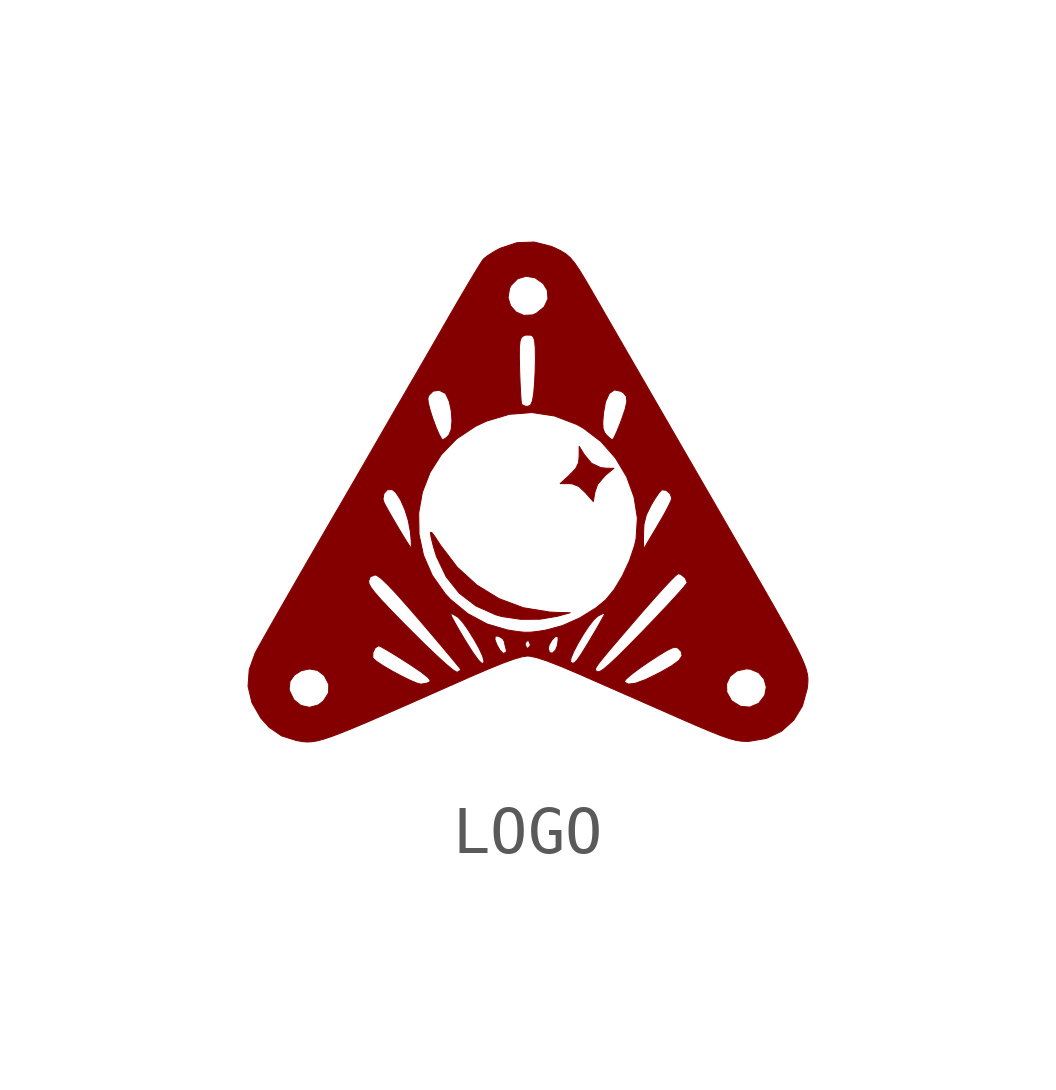
<source format=kicad_sym>
(kicad_symbol_lib
  (version 20211014)
  (generator kicad_symbol_editor)
  (symbol "LOGO"
    (pin_names
      (offset 1.016))
    (property "Reference" "#G"
      (at 0 6.867 0)
      (effects (font (size 1.27 1.27)) hide))
    (symbol "LOGO_0_0"
      (polyline (pts (xy 1.346 0.572) (xy 1.401 0.732) (xy 1.56 0.919) (xy 1.742 1.069) (xy 1.591 1.07) (xy 1.463 1.084) (xy 1.276 1.173) (xy 1.123 1.357) (xy 1.018 1.527) (xy 1.018 1.32) (xy 1.005 1.185) (xy 0.947 1.065) (xy 0.82 0.932) (xy 0.622 0.75) (xy 0.801 0.75) (xy 0.874 0.745) (xy 1.008 0.692) (xy 1.146 0.563) (xy 1.313 0.376) (xy 1.346 0.572)) (stroke (width 0.01) (type default) (color 0 0 0 0)) (fill (type outline)))
      (polyline (pts (xy 0.199 -2.074) (xy 0.563 -2.013) (xy 0.831 -1.939) (xy 0.563 -1.933) (xy 0.403 -1.925) (xy -0.144 -1.835) (xy -0.651 -1.646) (xy -1.112 -1.363) (xy -1.521 -0.991) (xy -1.871 -0.531) (xy -1.984 -0.357) (xy -2.054 -0.266) (xy -2.08 -0.269) (xy -2.066 -0.367) (xy -2.017 -0.563) (xy -1.953 -0.769) (xy -1.752 -1.19) (xy -1.478 -1.534) (xy -1.131 -1.799) (xy -0.714 -1.984) (xy -0.587 -2.019) (xy -0.202 -2.076) (xy 0.199 -2.074)) (stroke (width 0.01) (type default) (color 0 0 0 0)) (fill (type outline)))
      (polyline (pts (xy -4.552 -4.626) (xy -4.445 -4.609) (xy -4.314 -4.575) (xy -4.152 -4.522) (xy -3.95 -4.446) (xy -3.7 -4.345) (xy -3.393 -4.216) (xy -3.022 -4.055) (xy -2.577 -3.861) (xy -2.051 -3.628) (xy -1.435 -3.356) (xy -1.283 -3.288) (xy -0.887 -3.118) (xy -0.576 -2.991) (xy -0.339 -2.905) (xy -0.169 -2.856) (xy -0.057 -2.84) (xy -0.025 -2.842) (xy 0.131 -2.873) (xy 0.358 -2.948) (xy 0.399 -2.964) (xy 0.839 -2.964) (xy 0.847 -2.889) (xy 0.903 -2.753) (xy 0.992 -2.582) (xy 1.1 -2.399) (xy 1.213 -2.227) (xy 1.318 -2.091) (xy 1.401 -2.014) (xy 1.417 -2.004) (xy 1.514 -1.956) (xy 1.554 -1.953) (xy 1.535 -1.995) (xy 1.471 -2.112) (xy 1.372 -2.285) (xy 1.249 -2.492) (xy 1.191 -2.589) (xy 1.067 -2.79) (xy 0.981 -2.916) (xy 0.922 -2.979) (xy 0.879 -2.992) (xy 0.842 -2.967) (xy 0.839 -2.964) (xy 0.399 -2.964) (xy 0.664 -3.067) (xy 0.788 -3.12) (xy 1.355 -3.12) (xy 1.368 -3.082) (xy 1.409 -3.018) (xy 1.485 -2.92) (xy 1.602 -2.778) (xy 1.768 -2.582) (xy 1.99 -2.324) (xy 2.274 -1.993) (xy 2.354 -1.901) (xy 2.572 -1.653) (xy 2.764 -1.44) (xy 2.92 -1.273) (xy 3.03 -1.164) (xy 3.081 -1.125) (xy 3.136 -1.141) (xy 3.227 -1.216) (xy 3.268 -1.31) (xy 3.251 -1.338) (xy 3.17 -1.437) (xy 3.031 -1.592) (xy 2.845 -1.794) (xy 2.621 -2.031) (xy 2.371 -2.292) (xy 2.351 -2.313) (xy 2.054 -2.616) (xy 1.822 -2.847) (xy 1.647 -3.011) (xy 1.523 -3.115) (xy 1.443 -3.166) (xy 1.399 -3.168) (xy 1.384 -3.159) (xy 1.363 -3.143) (xy 1.355 -3.12) (xy 0.788 -3.12) (xy 1.057 -3.235) (xy 1.071 -3.241) (xy 1.379 -3.377) (xy 1.957 -3.377) (xy 1.988 -3.328) (xy 2.094 -3.234) (xy 2.257 -3.11) (xy 2.462 -2.968) (xy 2.678 -2.827) (xy 2.847 -2.725) (xy 2.959 -2.671) (xy 3.032 -2.658) (xy 3.08 -2.678) (xy 3.146 -2.75) (xy 3.161 -2.837) (xy 3.096 -2.932) (xy 2.945 -3.044) (xy 2.7 -3.184) (xy 2.403 -3.33) (xy 2.184 -3.41) (xy 2.105 -3.418) (xy 4.088 -3.418) (xy 4.162 -3.263) (xy 4.304 -3.151) (xy 4.501 -3.108) (xy 4.579 -3.114) (xy 4.754 -3.187) (xy 4.869 -3.32) (xy 4.915 -3.487) (xy 4.883 -3.661) (xy 4.763 -3.818) (xy 4.749 -3.829) (xy 4.57 -3.905) (xy 4.377 -3.888) (xy 4.204 -3.78) (xy 4.187 -3.762) (xy 4.093 -3.593) (xy 4.088 -3.418) (xy 2.105 -3.418) (xy 2.037 -3.425) (xy 1.957 -3.378) (xy 1.957 -3.377) (xy 1.379 -3.377) (xy 1.412 -3.391) (xy 1.817 -3.569) (xy 2.252 -3.76) (xy 2.684 -3.95) (xy 3.081 -4.125) (xy 3.444 -4.283) (xy 3.738 -4.407) (xy 3.966 -4.498) (xy 4.141 -4.559) (xy 4.278 -4.596) (xy 4.394 -4.614) (xy 4.503 -4.619) (xy 4.554 -4.618) (xy 4.918 -4.557) (xy 5.232 -4.407) (xy 5.487 -4.178) (xy 5.669 -3.88) (xy 5.767 -3.523) (xy 5.772 -3.488) (xy 5.781 -3.401) (xy 5.783 -3.317) (xy 5.774 -3.228) (xy 5.749 -3.125) (xy 5.705 -3.001) (xy 5.638 -2.848) (xy 5.545 -2.658) (xy 5.421 -2.423) (xy 5.262 -2.135) (xy 5.065 -1.786) (xy 4.826 -1.369) (xy 4.54 -0.874) (xy 4.205 -0.295) (xy 3.86 0.303) (xy 3.3 1.271) (xy 2.696 2.317) (xy 2.044 3.445) (xy 1.342 4.662) (xy 1.336 4.673) (xy 1.164 4.969) (xy 1.031 5.188) (xy 0.925 5.345) (xy 0.833 5.455) (xy 0.742 5.534) (xy 0.638 5.597) (xy 0.509 5.66) (xy 0.442 5.69) (xy 0.084 5.781) (xy -0.277 5.768) (xy -0.625 5.652) (xy -0.735 5.594) (xy -0.885 5.5) (xy -0.978 5.425) (xy -0.994 5.403) (xy -1.065 5.294) (xy -1.175 5.113) (xy -1.317 4.875) (xy -1.464 4.625) (xy -0.463 4.625) (xy -0.431 4.818) (xy -0.398 4.882) (xy -0.263 5.016) (xy -0.089 5.069) (xy 0.098 5.037) (xy 0.27 4.916) (xy 0.355 4.775) (xy 0.368 4.598) (xy 0.289 4.43) (xy 0.124 4.296) (xy 0.045 4.263) (xy -0.137 4.254) (xy -0.296 4.324) (xy -0.411 4.454) (xy -0.463 4.625) (xy -1.464 4.625) (xy -1.482 4.595) (xy -1.66 4.287) (xy -1.717 4.189) (xy -1.905 3.861) (xy -2.085 3.549) (xy -2.169 3.404) (xy -0.228 3.404) (xy -0.226 3.593) (xy -0.214 3.713) (xy -0.191 3.782) (xy -0.155 3.82) (xy -0.097 3.844) (xy 0.019 3.842) (xy 0.061 3.81) (xy 0.089 3.733) (xy 0.103 3.591) (xy 0.107 3.364) (xy 0.107 3.341) (xy 0.101 3.085) (xy 0.089 2.834) (xy 0.072 2.639) (xy 0.072 2.632) (xy 0.043 2.465) (xy 0.003 2.381) (xy -0.058 2.358) (xy -0.111 2.364) (xy -0.178 2.398) (xy -0.179 2.399) (xy -0.19 2.471) (xy -0.201 2.627) (xy -0.212 2.844) (xy -0.222 3.101) (xy -0.222 3.128) (xy -0.228 3.404) (xy -2.169 3.404) (xy -2.246 3.27) (xy -2.376 3.045) (xy -2.465 2.894) (xy -2.533 2.777) (xy -2.659 2.558) (xy -2.679 2.524) (xy -2.134 2.524) (xy -2.115 2.584) (xy -2.025 2.675) (xy -1.898 2.695) (xy -1.776 2.633) (xy -1.754 2.607) (xy -1.688 2.462) (xy -1.646 2.267) (xy -1.631 2.06) (xy -1.647 1.878) (xy -1.696 1.759) (xy -1.762 1.697) (xy -1.822 1.661) (xy -1.842 1.676) (xy -1.895 1.768) (xy -1.96 1.918) (xy -2.027 2.098) (xy -2.085 2.278) (xy -2.124 2.43) (xy -2.134 2.524) (xy -2.679 2.524) (xy -2.816 2.289) (xy -2.988 1.991) (xy -3.163 1.688) (xy -3.295 1.458) (xy -3.469 1.157) (xy -3.63 0.878) (xy -3.765 0.645) (xy -3.86 0.482) (xy -3.891 0.427) (xy -3.068 0.427) (xy -3.048 0.543) (xy -2.978 0.622) (xy -2.877 0.627) (xy -2.8 0.565) (xy -2.703 0.415) (xy -2.613 0.211) (xy -2.589 0.137) (xy -2.324 0.137) (xy -2.247 0.57) (xy -2.088 0.981) (xy -1.85 1.357) (xy -1.533 1.682) (xy -1.141 1.944) (xy -0.912 2.051) (xy -0.438 2.193) (xy 0.035 2.23) (xy 0.504 2.159) (xy 0.865 2.021) (xy 1.509 2.021) (xy 1.525 2.222) (xy 1.567 2.455) (xy 1.645 2.627) (xy 1.752 2.701) (xy 1.887 2.673) (xy 1.94 2.64) (xy 1.999 2.568) (xy 2.011 2.462) (xy 1.976 2.302) (xy 1.895 2.066) (xy 1.873 2.008) (xy 1.801 1.831) (xy 1.744 1.708) (xy 1.711 1.661) (xy 1.665 1.688) (xy 1.583 1.766) (xy 1.55 1.808) (xy 1.516 1.893) (xy 1.509 2.021) (xy 0.865 2.021) (xy 0.965 1.983) (xy 1.108 1.903) (xy 1.47 1.627) (xy 1.772 1.285) (xy 2.006 0.893) (xy 2.161 0.47) (xy 2.23 0.032) (xy 2.203 -0.402) (xy 2.171 -0.541) (xy 2.146 -0.616) (xy 2.358 -0.616) (xy 2.358 -0.294) (xy 2.368 -0.098) (xy 2.416 0.096) (xy 2.518 0.304) (xy 2.592 0.428) (xy 2.678 0.554) (xy 2.734 0.617) (xy 2.741 0.621) (xy 2.827 0.612) (xy 2.91 0.543) (xy 2.947 0.448) (xy 2.932 0.398) (xy 2.871 0.269) (xy 2.774 0.088) (xy 2.652 -0.121) (xy 2.358 -0.616) (xy 2.146 -0.616) (xy 2.064 -0.858) (xy 1.916 -1.175) (xy 1.746 -1.458) (xy 1.571 -1.67) (xy 1.365 -1.84) (xy 1.03 -2.047) (xy 0.668 -2.208) (xy 0.322 -2.301) (xy 0.171 -2.325) (xy 0.012 -2.344) (xy -0.118 -2.346) (xy -0.265 -2.331) (xy -0.472 -2.298) (xy -0.483 -2.296) (xy -0.901 -2.173) (xy -1.302 -1.957) (xy -1.662 -1.662) (xy -1.771 -1.544) (xy -2.042 -1.16) (xy -2.224 -0.742) (xy -2.317 -0.306) (xy -2.324 0.137) (xy -2.589 0.137) (xy -2.54 -0.022) (xy -2.497 -0.255) (xy -2.482 -0.414) (xy -2.476 -0.541) (xy -2.482 -0.589) (xy -2.502 -0.566) (xy -2.565 -0.469) (xy -2.658 -0.319) (xy -2.766 -0.139) (xy -2.876 0.049) (xy -2.974 0.221) (xy -3.046 0.354) (xy -3.068 0.427) (xy -3.891 0.427) (xy -4.074 0.114) (xy -4.325 -0.319) (xy -4.575 -0.751) (xy -4.816 -1.169) (xy -4.879 -1.278) (xy -3.367 -1.278) (xy -3.333 -1.189) (xy -3.232 -1.152) (xy -3.197 -1.162) (xy -3.11 -1.223) (xy -2.981 -1.344) (xy -2.804 -1.53) (xy -2.573 -1.789) (xy -2.421 -1.964) (xy -1.661 -1.964) (xy -1.659 -1.959) (xy -1.608 -1.97) (xy -1.508 -2.031) (xy -1.499 -2.038) (xy -1.407 -2.138) (xy -1.294 -2.297) (xy -1.176 -2.486) (xy -1.169 -2.497) (xy -0.736 -2.497) (xy -0.731 -2.428) (xy -0.725 -2.424) (xy -0.655 -2.429) (xy -0.574 -2.48) (xy -0.536 -2.547) (xy -0.533 -2.585) (xy -0.529 -2.599) (xy -0.107 -2.599) (xy -0.101 -2.562) (xy -0.054 -2.518) (xy -0.029 -2.528) (xy 0 -2.599) (xy -0.006 -2.636) (xy -0.054 -2.679) (xy -0.078 -2.67) (xy -0.107 -2.599) (xy -0.529 -2.599) (xy -0.508 -2.683) (xy 0.375 -2.683) (xy 0.394 -2.606) (xy 0.451 -2.508) (xy 0.52 -2.438) (xy 0.574 -2.432) (xy 0.575 -2.433) (xy 0.581 -2.5) (xy 0.564 -2.622) (xy 0.525 -2.719) (xy 0.46 -2.78) (xy 0.401 -2.771) (xy 0.375 -2.683) (xy -0.508 -2.683) (xy -0.503 -2.702) (xy -0.496 -2.752) (xy -0.552 -2.787) (xy -0.569 -2.782) (xy -0.633 -2.716) (xy -0.696 -2.607) (xy -0.736 -2.497) (xy -1.169 -2.497) (xy -1.07 -2.675) (xy -0.994 -2.837) (xy -0.965 -2.942) (xy -0.969 -2.982) (xy -1.006 -2.997) (xy -1.081 -2.925) (xy -1.199 -2.761) (xy -1.361 -2.504) (xy -1.46 -2.337) (xy -1.564 -2.156) (xy -1.635 -2.025) (xy -1.661 -1.964) (xy -2.421 -1.964) (xy -2.281 -2.126) (xy -2.122 -2.312) (xy -1.904 -2.568) (xy -1.719 -2.789) (xy -1.574 -2.963) (xy -1.48 -3.078) (xy -1.447 -3.124) (xy -1.454 -3.138) (xy -1.52 -3.178) (xy -1.528 -3.178) (xy -1.605 -3.133) (xy -1.746 -3.016) (xy -1.945 -2.836) (xy -2.195 -2.597) (xy -2.489 -2.305) (xy -2.658 -2.135) (xy -2.913 -1.874) (xy -3.103 -1.672) (xy -3.235 -1.521) (xy -3.318 -1.411) (xy -3.36 -1.333) (xy -3.367 -1.278) (xy -4.879 -1.278) (xy -5.043 -1.564) (xy -5.248 -1.922) (xy -5.426 -2.234) (xy -5.569 -2.487) (xy -5.672 -2.671) (xy -5.727 -2.773) (xy -5.763 -2.871) (xy -3.28 -2.871) (xy -3.278 -2.77) (xy -3.231 -2.671) (xy -3.161 -2.626) (xy -3.161 -2.626) (xy -3.097 -2.654) (xy -2.964 -2.73) (xy -2.78 -2.842) (xy -2.565 -2.979) (xy -2.486 -3.03) (xy -2.272 -3.175) (xy -2.142 -3.277) (xy -2.085 -3.343) (xy -2.095 -3.38) (xy -2.149 -3.404) (xy -2.277 -3.427) (xy -2.343 -3.412) (xy -2.488 -3.352) (xy -2.674 -3.261) (xy -2.873 -3.155) (xy -3.058 -3.047) (xy -3.2 -2.953) (xy -3.272 -2.889) (xy -3.28 -2.871) (xy -5.763 -2.871) (xy -5.853 -3.119) (xy -5.878 -3.471) (xy -5.864 -3.531) (xy -5.022 -3.531) (xy -5.004 -3.367) (xy -4.91 -3.235) (xy -4.766 -3.145) (xy -4.598 -3.11) (xy -4.432 -3.14) (xy -4.293 -3.246) (xy -4.197 -3.429) (xy -4.201 -3.61) (xy -4.311 -3.78) (xy -4.417 -3.86) (xy -4.599 -3.909) (xy -4.776 -3.87) (xy -4.924 -3.751) (xy -5.016 -3.56) (xy -5.022 -3.531) (xy -5.864 -3.531) (xy -5.797 -3.812) (xy -5.611 -4.135) (xy -5.441 -4.324) (xy -5.181 -4.503) (xy -4.868 -4.602) (xy -4.815 -4.611) (xy -4.729 -4.625) (xy -4.644 -4.631) (xy -4.552 -4.626)) (stroke (width 0.01) (type default) (color 0 0 0 0)) (fill (type outline))))))
</source>
